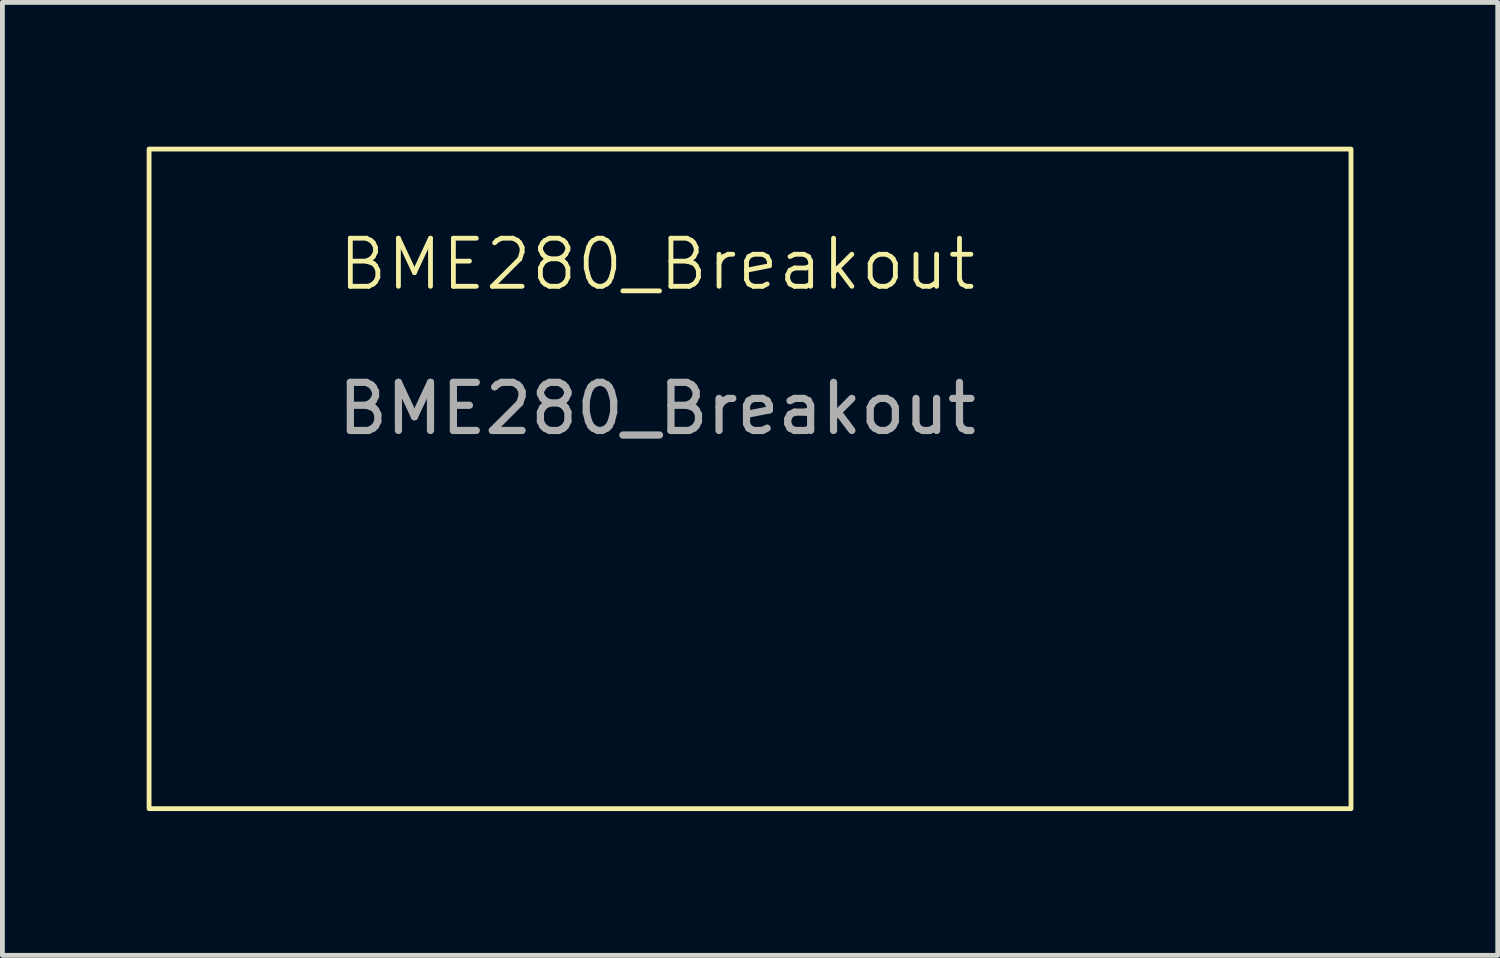
<source format=kicad_pcb>
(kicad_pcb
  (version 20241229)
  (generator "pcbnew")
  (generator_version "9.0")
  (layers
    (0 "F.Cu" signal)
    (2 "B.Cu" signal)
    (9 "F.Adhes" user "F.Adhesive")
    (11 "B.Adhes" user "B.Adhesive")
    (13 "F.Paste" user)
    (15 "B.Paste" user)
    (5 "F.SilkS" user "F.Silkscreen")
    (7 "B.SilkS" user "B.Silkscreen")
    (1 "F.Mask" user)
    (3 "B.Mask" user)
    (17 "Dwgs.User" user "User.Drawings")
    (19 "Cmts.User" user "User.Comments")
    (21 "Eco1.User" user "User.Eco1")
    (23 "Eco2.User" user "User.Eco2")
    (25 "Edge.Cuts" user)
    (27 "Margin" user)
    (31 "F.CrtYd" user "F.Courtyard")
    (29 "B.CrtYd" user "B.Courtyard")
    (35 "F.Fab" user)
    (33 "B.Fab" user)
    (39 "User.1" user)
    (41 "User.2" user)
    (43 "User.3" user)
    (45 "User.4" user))
  (footprint "BME280_Breakout"
    (layer "F.Cu")
    (at 10.616 2.946)
    (property "Reference" "BME280_Breakout" (at 0 -0.5 0) (unlocked yes) (layer "F.SilkS") (effects (font (size 1 1) (thickness 0.1))))
    (fp_rect (start -10.566 -2.896) (end 14.427 10.82) (stroke (width 0.1) (type default)) (fill no) (layer "F.SilkS"))
    (fp_text user "${REFERENCE}" (at 0 2.5 0) (unlocked yes) (layer "F.Fab") (effects (font (size 1 1) (thickness 0.15)))))
  (gr_rect
    (start -3 -3)
    (end 28.094 16.816)
    (stroke (width 0.1) (type default))
    (fill no)
    (layer "Edge.Cuts")))
</source>
